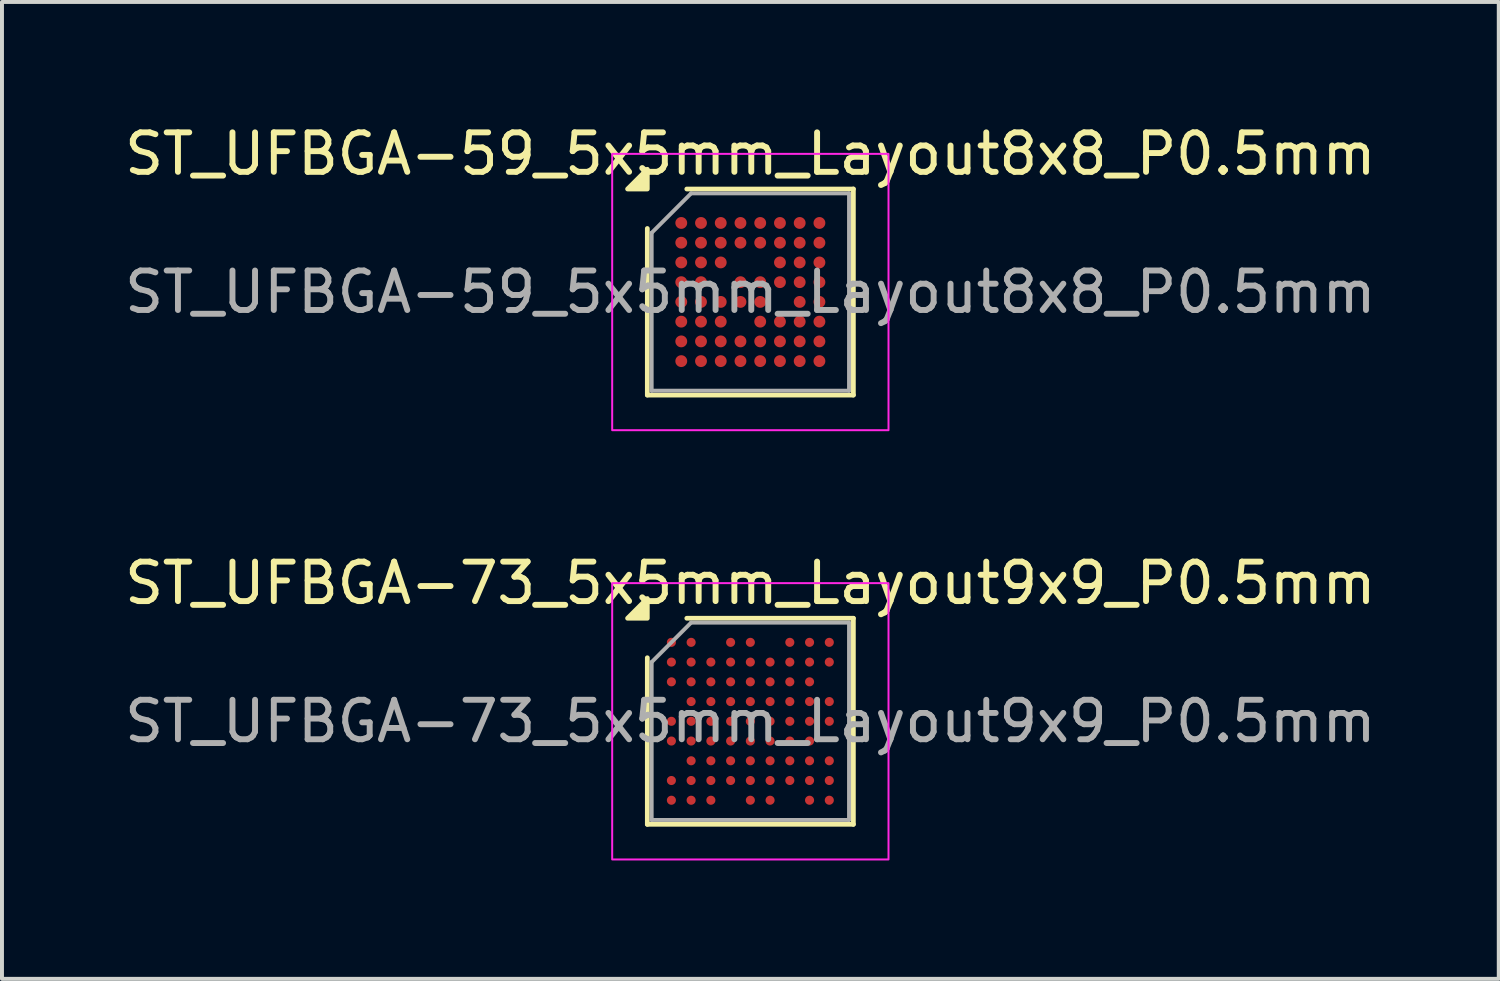
<source format=kicad_pcb>
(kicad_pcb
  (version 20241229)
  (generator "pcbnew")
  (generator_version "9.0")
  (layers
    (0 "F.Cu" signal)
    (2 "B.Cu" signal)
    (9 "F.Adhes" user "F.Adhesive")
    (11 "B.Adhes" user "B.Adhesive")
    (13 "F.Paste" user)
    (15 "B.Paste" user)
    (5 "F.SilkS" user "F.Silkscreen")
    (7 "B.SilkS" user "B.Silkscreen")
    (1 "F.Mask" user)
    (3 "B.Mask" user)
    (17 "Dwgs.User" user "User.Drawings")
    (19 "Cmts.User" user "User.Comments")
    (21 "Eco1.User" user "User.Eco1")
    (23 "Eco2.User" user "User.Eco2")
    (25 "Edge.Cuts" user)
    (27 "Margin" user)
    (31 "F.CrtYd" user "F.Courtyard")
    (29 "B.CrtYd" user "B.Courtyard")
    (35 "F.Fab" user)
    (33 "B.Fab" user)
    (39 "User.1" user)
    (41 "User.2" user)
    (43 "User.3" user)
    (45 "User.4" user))
  (footprint "ST_UFBGA-73_5x5mm_Layout9x9_P0.5mm"
    (layer "F.Cu")
    (at 15.958 15.222)
    (property "Reference" "ST_UFBGA-73_5x5mm_Layout9x9_P0.5mm" (at 0 -3.5 0) (layer "F.SilkS") (effects (font (size 1 1) (thickness 0.15))))
    (attr smd)
    (fp_line (start -2.61 2.61) (end -2.61 -1.61) (stroke (width 0.12) (type solid)) (layer "F.SilkS"))
    (fp_line (start -1.61 -2.61) (end 2.61 -2.61) (stroke (width 0.12) (type solid)) (layer "F.SilkS"))
    (fp_line (start 2.61 -2.61) (end 2.61 2.61) (stroke (width 0.12) (type solid)) (layer "F.SilkS"))
    (fp_line (start 2.61 2.61) (end -2.61 2.61) (stroke (width 0.12) (type solid)) (layer "F.SilkS"))
    (fp_poly (pts (xy -2.61 -2.61) (xy -3.11 -2.61) (xy -2.61 -3.11)) (stroke (width 0.12) (type solid)) (fill yes) (layer "F.SilkS"))
    (fp_rect (start -3.5 -3.5) (end 3.5 3.5) (stroke (width 0.05) (type solid)) (fill no) (layer "F.CrtYd"))
    (fp_line (start -2.5 -1.5) (end -1.5 -2.5) (stroke (width 0.1) (type solid)) (layer "F.Fab"))
    (fp_line (start -2.5 2.5) (end -2.5 -1.5) (stroke (width 0.1) (type solid)) (layer "F.Fab"))
    (fp_line (start -1.5 -2.5) (end 2.5 -2.5) (stroke (width 0.1) (type solid)) (layer "F.Fab"))
    (fp_line (start 2.5 -2.5) (end 2.5 2.5) (stroke (width 0.1) (type solid)) (layer "F.Fab"))
    (fp_line (start 2.5 2.5) (end -2.5 2.5) (stroke (width 0.1) (type solid)) (layer "F.Fab"))
    (fp_text user "${REFERENCE}" (at 0 0 0) (layer "F.Fab") (effects (font (size 1 1) (thickness 0.15))))
    (pad "A1" smd circle (at -2 -2) (size 0.23 0.23) (property pad_prop_bga) (layers "F.Cu" "F.Mask" "F.Paste"))
    (pad "A2" smd circle (at -1.5 -2) (size 0.23 0.23) (property pad_prop_bga) (layers "F.Cu" "F.Mask" "F.Paste"))
    (pad "A4" smd circle (at -0.5 -2) (size 0.23 0.23) (property pad_prop_bga) (layers "F.Cu" "F.Mask" "F.Paste"))
    (pad "A5" smd circle (at 0 -2) (size 0.23 0.23) (property pad_prop_bga) (layers "F.Cu" "F.Mask" "F.Paste"))
    (pad "A7" smd circle (at 1 -2) (size 0.23 0.23) (property pad_prop_bga) (layers "F.Cu" "F.Mask" "F.Paste"))
    (pad "A8" smd circle (at 1.5 -2) (size 0.23 0.23) (property pad_prop_bga) (layers "F.Cu" "F.Mask" "F.Paste"))
    (pad "A9" smd circle (at 2 -2) (size 0.23 0.23) (property pad_prop_bga) (layers "F.Cu" "F.Mask" "F.Paste"))
    (pad "B1" smd circle (at -2 -1.5) (size 0.23 0.23) (property pad_prop_bga) (layers "F.Cu" "F.Mask" "F.Paste"))
    (pad "B2" smd circle (at -1.5 -1.5) (size 0.23 0.23) (property pad_prop_bga) (layers "F.Cu" "F.Mask" "F.Paste"))
    (pad "B3" smd circle (at -1 -1.5) (size 0.23 0.23) (property pad_prop_bga) (layers "F.Cu" "F.Mask" "F.Paste"))
    (pad "B4" smd circle (at -0.5 -1.5) (size 0.23 0.23) (property pad_prop_bga) (layers "F.Cu" "F.Mask" "F.Paste"))
    (pad "B5" smd circle (at 0 -1.5) (size 0.23 0.23) (property pad_prop_bga) (layers "F.Cu" "F.Mask" "F.Paste"))
    (pad "B6" smd circle (at 0.5 -1.5) (size 0.23 0.23) (property pad_prop_bga) (layers "F.Cu" "F.Mask" "F.Paste"))
    (pad "B7" smd circle (at 1 -1.5) (size 0.23 0.23) (property pad_prop_bga) (layers "F.Cu" "F.Mask" "F.Paste"))
    (pad "B8" smd circle (at 1.5 -1.5) (size 0.23 0.23) (property pad_prop_bga) (layers "F.Cu" "F.Mask" "F.Paste"))
    (pad "B9" smd circle (at 2 -1.5) (size 0.23 0.23) (property pad_prop_bga) (layers "F.Cu" "F.Mask" "F.Paste"))
    (pad "C1" smd circle (at -2 -1) (size 0.23 0.23) (property pad_prop_bga) (layers "F.Cu" "F.Mask" "F.Paste"))
    (pad "C2" smd circle (at -1.5 -1) (size 0.23 0.23) (property pad_prop_bga) (layers "F.Cu" "F.Mask" "F.Paste"))
    (pad "C3" smd circle (at -1 -1) (size 0.23 0.23) (property pad_prop_bga) (layers "F.Cu" "F.Mask" "F.Paste"))
    (pad "C4" smd circle (at -0.5 -1) (size 0.23 0.23) (property pad_prop_bga) (layers "F.Cu" "F.Mask" "F.Paste"))
    (pad "C5" smd circle (at 0 -1) (size 0.23 0.23) (property pad_prop_bga) (layers "F.Cu" "F.Mask" "F.Paste"))
    (pad "C6" smd circle (at 0.5 -1) (size 0.23 0.23) (property pad_prop_bga) (layers "F.Cu" "F.Mask" "F.Paste"))
    (pad "C7" smd circle (at 1 -1) (size 0.23 0.23) (property pad_prop_bga) (layers "F.Cu" "F.Mask" "F.Paste"))
    (pad "C8" smd circle (at 1.5 -1) (size 0.23 0.23) (property pad_prop_bga) (layers "F.Cu" "F.Mask" "F.Paste"))
    (pad "D2" smd circle (at -1.5 -0.5) (size 0.23 0.23) (property pad_prop_bga) (layers "F.Cu" "F.Mask" "F.Paste"))
    (pad "D3" smd circle (at -1 -0.5) (size 0.23 0.23) (property pad_prop_bga) (layers "F.Cu" "F.Mask" "F.Paste"))
    (pad "D4" smd circle (at -0.5 -0.5) (size 0.23 0.23) (property pad_prop_bga) (layers "F.Cu" "F.Mask" "F.Paste"))
    (pad "D5" smd circle (at 0 -0.5) (size 0.23 0.23) (property pad_prop_bga) (layers "F.Cu" "F.Mask" "F.Paste"))
    (pad "D6" smd circle (at 0.5 -0.5) (size 0.23 0.23) (property pad_prop_bga) (layers "F.Cu" "F.Mask" "F.Paste"))
    (pad "D7" smd circle (at 1 -0.5) (size 0.23 0.23) (property pad_prop_bga) (layers "F.Cu" "F.Mask" "F.Paste"))
    (pad "D8" smd circle (at 1.5 -0.5) (size 0.23 0.23) (property pad_prop_bga) (layers "F.Cu" "F.Mask" "F.Paste"))
    (pad "D9" smd circle (at 2 -0.5) (size 0.23 0.23) (property pad_prop_bga) (layers "F.Cu" "F.Mask" "F.Paste"))
    (pad "E1" smd circle (at -2 0) (size 0.23 0.23) (property pad_prop_bga) (layers "F.Cu" "F.Mask" "F.Paste"))
    (pad "E2" smd circle (at -1.5 0) (size 0.23 0.23) (property pad_prop_bga) (layers "F.Cu" "F.Mask" "F.Paste"))
    (pad "E3" smd circle (at -1 0) (size 0.23 0.23) (property pad_prop_bga) (layers "F.Cu" "F.Mask" "F.Paste"))
    (pad "E4" smd circle (at -0.5 0) (size 0.23 0.23) (property pad_prop_bga) (layers "F.Cu" "F.Mask" "F.Paste"))
    (pad "E5" smd circle (at 0 0) (size 0.23 0.23) (property pad_prop_bga) (layers "F.Cu" "F.Mask" "F.Paste"))
    (pad "E6" smd circle (at 0.5 0) (size 0.23 0.23) (property pad_prop_bga) (layers "F.Cu" "F.Mask" "F.Paste"))
    (pad "E7" smd circle (at 1 0) (size 0.23 0.23) (property pad_prop_bga) (layers "F.Cu" "F.Mask" "F.Paste"))
    (pad "E8" smd circle (at 1.5 0) (size 0.23 0.23) (property pad_prop_bga) (layers "F.Cu" "F.Mask" "F.Paste"))
    (pad "E9" smd circle (at 2 0) (size 0.23 0.23) (property pad_prop_bga) (layers "F.Cu" "F.Mask" "F.Paste"))
    (pad "F1" smd circle (at -2 0.5) (size 0.23 0.23) (property pad_prop_bga) (layers "F.Cu" "F.Mask" "F.Paste"))
    (pad "F2" smd circle (at -1.5 0.5) (size 0.23 0.23) (property pad_prop_bga) (layers "F.Cu" "F.Mask" "F.Paste"))
    (pad "F3" smd circle (at -1 0.5) (size 0.23 0.23) (property pad_prop_bga) (layers "F.Cu" "F.Mask" "F.Paste"))
    (pad "F4" smd circle (at -0.5 0.5) (size 0.23 0.23) (property pad_prop_bga) (layers "F.Cu" "F.Mask" "F.Paste"))
    (pad "F5" smd circle (at 0 0.5) (size 0.23 0.23) (property pad_prop_bga) (layers "F.Cu" "F.Mask" "F.Paste"))
    (pad "F6" smd circle (at 0.5 0.5) (size 0.23 0.23) (property pad_prop_bga) (layers "F.Cu" "F.Mask" "F.Paste"))
    (pad "F7" smd circle (at 1 0.5) (size 0.23 0.23) (property pad_prop_bga) (layers "F.Cu" "F.Mask" "F.Paste"))
    (pad "F8" smd circle (at 1.5 0.5) (size 0.23 0.23) (property pad_prop_bga) (layers "F.Cu" "F.Mask" "F.Paste"))
    (pad "G2" smd circle (at -1.5 1) (size 0.23 0.23) (property pad_prop_bga) (layers "F.Cu" "F.Mask" "F.Paste"))
    (pad "G3" smd circle (at -1 1) (size 0.23 0.23) (property pad_prop_bga) (layers "F.Cu" "F.Mask" "F.Paste"))
    (pad "G4" smd circle (at -0.5 1) (size 0.23 0.23) (property pad_prop_bga) (layers "F.Cu" "F.Mask" "F.Paste"))
    (pad "G5" smd circle (at 0 1) (size 0.23 0.23) (property pad_prop_bga) (layers "F.Cu" "F.Mask" "F.Paste"))
    (pad "G6" smd circle (at 0.5 1) (size 0.23 0.23) (property pad_prop_bga) (layers "F.Cu" "F.Mask" "F.Paste"))
    (pad "G7" smd circle (at 1 1) (size 0.23 0.23) (property pad_prop_bga) (layers "F.Cu" "F.Mask" "F.Paste"))
    (pad "G8" smd circle (at 1.5 1) (size 0.23 0.23) (property pad_prop_bga) (layers "F.Cu" "F.Mask" "F.Paste"))
    (pad "G9" smd circle (at 2 1) (size 0.23 0.23) (property pad_prop_bga) (layers "F.Cu" "F.Mask" "F.Paste"))
    (pad "H1" smd circle (at -2 1.5) (size 0.23 0.23) (property pad_prop_bga) (layers "F.Cu" "F.Mask" "F.Paste"))
    (pad "H2" smd circle (at -1.5 1.5) (size 0.23 0.23) (property pad_prop_bga) (layers "F.Cu" "F.Mask" "F.Paste"))
    (pad "H3" smd circle (at -1 1.5) (size 0.23 0.23) (property pad_prop_bga) (layers "F.Cu" "F.Mask" "F.Paste"))
    (pad "H4" smd circle (at -0.5 1.5) (size 0.23 0.23) (property pad_prop_bga) (layers "F.Cu" "F.Mask" "F.Paste"))
    (pad "H5" smd circle (at 0 1.5) (size 0.23 0.23) (property pad_prop_bga) (layers "F.Cu" "F.Mask" "F.Paste"))
    (pad "H6" smd circle (at 0.5 1.5) (size 0.23 0.23) (property pad_prop_bga) (layers "F.Cu" "F.Mask" "F.Paste"))
    (pad "H7" smd circle (at 1 1.5) (size 0.23 0.23) (property pad_prop_bga) (layers "F.Cu" "F.Mask" "F.Paste"))
    (pad "H8" smd circle (at 1.5 1.5) (size 0.23 0.23) (property pad_prop_bga) (layers "F.Cu" "F.Mask" "F.Paste"))
    (pad "H9" smd circle (at 2 1.5) (size 0.23 0.23) (property pad_prop_bga) (layers "F.Cu" "F.Mask" "F.Paste"))
    (pad "J1" smd circle (at -2 2) (size 0.23 0.23) (property pad_prop_bga) (layers "F.Cu" "F.Mask" "F.Paste"))
    (pad "J2" smd circle (at -1.5 2) (size 0.23 0.23) (property pad_prop_bga) (layers "F.Cu" "F.Mask" "F.Paste"))
    (pad "J3" smd circle (at -1 2) (size 0.23 0.23) (property pad_prop_bga) (layers "F.Cu" "F.Mask" "F.Paste"))
    (pad "J5" smd circle (at 0 2) (size 0.23 0.23) (property pad_prop_bga) (layers "F.Cu" "F.Mask" "F.Paste"))
    (pad "J6" smd circle (at 0.5 2) (size 0.23 0.23) (property pad_prop_bga) (layers "F.Cu" "F.Mask" "F.Paste"))
    (pad "J8" smd circle (at 1.5 2) (size 0.23 0.23) (property pad_prop_bga) (layers "F.Cu" "F.Mask" "F.Paste"))
    (pad "J9" smd circle (at 2 2) (size 0.23 0.23) (property pad_prop_bga) (layers "F.Cu" "F.Mask" "F.Paste")))
  (footprint "ST_UFBGA-59_5x5mm_Layout8x8_P0.5mm"
    (layer "F.Cu")
    (at 15.958 4.348)
    (property "Reference" "ST_UFBGA-59_5x5mm_Layout8x8_P0.5mm" (at 0 -3.5 0) (layer "F.SilkS") (effects (font (size 1 1) (thickness 0.15))))
    (attr smd)
    (fp_line (start -2.61 2.61) (end -2.61 -1.61) (stroke (width 0.12) (type solid)) (layer "F.SilkS"))
    (fp_line (start -1.61 -2.61) (end 2.61 -2.61) (stroke (width 0.12) (type solid)) (layer "F.SilkS"))
    (fp_line (start 2.61 -2.61) (end 2.61 2.61) (stroke (width 0.12) (type solid)) (layer "F.SilkS"))
    (fp_line (start 2.61 2.61) (end -2.61 2.61) (stroke (width 0.12) (type solid)) (layer "F.SilkS"))
    (fp_poly (pts (xy -2.61 -2.61) (xy -3.11 -2.61) (xy -2.61 -3.11)) (stroke (width 0.12) (type solid)) (fill yes) (layer "F.SilkS"))
    (fp_rect (start -3.5 -3.5) (end 3.5 3.5) (stroke (width 0.05) (type solid)) (fill no) (layer "F.CrtYd"))
    (fp_line (start -2.5 -1.5) (end -1.5 -2.5) (stroke (width 0.1) (type solid)) (layer "F.Fab"))
    (fp_line (start -2.5 2.5) (end -2.5 -1.5) (stroke (width 0.1) (type solid)) (layer "F.Fab"))
    (fp_line (start -1.5 -2.5) (end 2.5 -2.5) (stroke (width 0.1) (type solid)) (layer "F.Fab"))
    (fp_line (start 2.5 -2.5) (end 2.5 2.5) (stroke (width 0.1) (type solid)) (layer "F.Fab"))
    (fp_line (start 2.5 2.5) (end -2.5 2.5) (stroke (width 0.1) (type solid)) (layer "F.Fab"))
    (fp_text user "${REFERENCE}" (at 0 0 0) (layer "F.Fab") (effects (font (size 1 1) (thickness 0.15))))
    (pad "A1" smd circle (at -1.75 -1.75) (size 0.3 0.3) (property pad_prop_bga) (layers "F.Cu" "F.Mask" "F.Paste"))
    (pad "A2" smd circle (at -1.25 -1.75) (size 0.3 0.3) (property pad_prop_bga) (layers "F.Cu" "F.Mask" "F.Paste"))
    (pad "A3" smd circle (at -0.75 -1.75) (size 0.3 0.3) (property pad_prop_bga) (layers "F.Cu" "F.Mask" "F.Paste"))
    (pad "A4" smd circle (at -0.25 -1.75) (size 0.3 0.3) (property pad_prop_bga) (layers "F.Cu" "F.Mask" "F.Paste"))
    (pad "A5" smd circle (at 0.25 -1.75) (size 0.3 0.3) (property pad_prop_bga) (layers "F.Cu" "F.Mask" "F.Paste"))
    (pad "A6" smd circle (at 0.75 -1.75) (size 0.3 0.3) (property pad_prop_bga) (layers "F.Cu" "F.Mask" "F.Paste"))
    (pad "A7" smd circle (at 1.25 -1.75) (size 0.3 0.3) (property pad_prop_bga) (layers "F.Cu" "F.Mask" "F.Paste"))
    (pad "A8" smd circle (at 1.75 -1.75) (size 0.3 0.3) (property pad_prop_bga) (layers "F.Cu" "F.Mask" "F.Paste"))
    (pad "B1" smd circle (at -1.75 -1.25) (size 0.3 0.3) (property pad_prop_bga) (layers "F.Cu" "F.Mask" "F.Paste"))
    (pad "B2" smd circle (at -1.25 -1.25) (size 0.3 0.3) (property pad_prop_bga) (layers "F.Cu" "F.Mask" "F.Paste"))
    (pad "B3" smd circle (at -0.75 -1.25) (size 0.3 0.3) (property pad_prop_bga) (layers "F.Cu" "F.Mask" "F.Paste"))
    (pad "B4" smd circle (at -0.25 -1.25) (size 0.3 0.3) (property pad_prop_bga) (layers "F.Cu" "F.Mask" "F.Paste"))
    (pad "B5" smd circle (at 0.25 -1.25) (size 0.3 0.3) (property pad_prop_bga) (layers "F.Cu" "F.Mask" "F.Paste"))
    (pad "B6" smd circle (at 0.75 -1.25) (size 0.3 0.3) (property pad_prop_bga) (layers "F.Cu" "F.Mask" "F.Paste"))
    (pad "B7" smd circle (at 1.25 -1.25) (size 0.3 0.3) (property pad_prop_bga) (layers "F.Cu" "F.Mask" "F.Paste"))
    (pad "B8" smd circle (at 1.75 -1.25) (size 0.3 0.3) (property pad_prop_bga) (layers "F.Cu" "F.Mask" "F.Paste"))
    (pad "C1" smd circle (at -1.75 -0.75) (size 0.3 0.3) (property pad_prop_bga) (layers "F.Cu" "F.Mask" "F.Paste"))
    (pad "C2" smd circle (at -1.25 -0.75) (size 0.3 0.3) (property pad_prop_bga) (layers "F.Cu" "F.Mask" "F.Paste"))
    (pad "C3" smd circle (at -0.75 -0.75) (size 0.3 0.3) (property pad_prop_bga) (layers "F.Cu" "F.Mask" "F.Paste"))
    (pad "C6" smd circle (at 0.75 -0.75) (size 0.3 0.3) (property pad_prop_bga) (layers "F.Cu" "F.Mask" "F.Paste"))
    (pad "C7" smd circle (at 1.25 -0.75) (size 0.3 0.3) (property pad_prop_bga) (layers "F.Cu" "F.Mask" "F.Paste"))
    (pad "C8" smd circle (at 1.75 -0.75) (size 0.3 0.3) (property pad_prop_bga) (layers "F.Cu" "F.Mask" "F.Paste"))
    (pad "D1" smd circle (at -1.75 -0.25) (size 0.3 0.3) (property pad_prop_bga) (layers "F.Cu" "F.Mask" "F.Paste"))
    (pad "D2" smd circle (at -1.25 -0.25) (size 0.3 0.3) (property pad_prop_bga) (layers "F.Cu" "F.Mask" "F.Paste"))
    (pad "D4" smd circle (at -0.25 -0.25) (size 0.3 0.3) (property pad_prop_bga) (layers "F.Cu" "F.Mask" "F.Paste"))
    (pad "D5" smd circle (at 0.25 -0.25) (size 0.3 0.3) (property pad_prop_bga) (layers "F.Cu" "F.Mask" "F.Paste"))
    (pad "D6" smd circle (at 0.75 -0.25) (size 0.3 0.3) (property pad_prop_bga) (layers "F.Cu" "F.Mask" "F.Paste"))
    (pad "D7" smd circle (at 1.25 -0.25) (size 0.3 0.3) (property pad_prop_bga) (layers "F.Cu" "F.Mask" "F.Paste"))
    (pad "D8" smd circle (at 1.75 -0.25) (size 0.3 0.3) (property pad_prop_bga) (layers "F.Cu" "F.Mask" "F.Paste"))
    (pad "E1" smd circle (at -1.75 0.25) (size 0.3 0.3) (property pad_prop_bga) (layers "F.Cu" "F.Mask" "F.Paste"))
    (pad "E2" smd circle (at -1.25 0.25) (size 0.3 0.3) (property pad_prop_bga) (layers "F.Cu" "F.Mask" "F.Paste"))
    (pad "E3" smd circle (at -0.75 0.25) (size 0.3 0.3) (property pad_prop_bga) (layers "F.Cu" "F.Mask" "F.Paste"))
    (pad "E4" smd circle (at -0.25 0.25) (size 0.3 0.3) (property pad_prop_bga) (layers "F.Cu" "F.Mask" "F.Paste"))
    (pad "E5" smd circle (at 0.25 0.25) (size 0.3 0.3) (property pad_prop_bga) (layers "F.Cu" "F.Mask" "F.Paste"))
    (pad "E7" smd circle (at 1.25 0.25) (size 0.3 0.3) (property pad_prop_bga) (layers "F.Cu" "F.Mask" "F.Paste"))
    (pad "E8" smd circle (at 1.75 0.25) (size 0.3 0.3) (property pad_prop_bga) (layers "F.Cu" "F.Mask" "F.Paste"))
    (pad "F1" smd circle (at -1.75 0.75) (size 0.3 0.3) (property pad_prop_bga) (layers "F.Cu" "F.Mask" "F.Paste"))
    (pad "F2" smd circle (at -1.25 0.75) (size 0.3 0.3) (property pad_prop_bga) (layers "F.Cu" "F.Mask" "F.Paste"))
    (pad "F3" smd circle (at -0.75 0.75) (size 0.3 0.3) (property pad_prop_bga) (layers "F.Cu" "F.Mask" "F.Paste"))
    (pad "F5" smd circle (at 0.25 0.75) (size 0.3 0.3) (property pad_prop_bga) (layers "F.Cu" "F.Mask" "F.Paste"))
    (pad "F6" smd circle (at 0.75 0.75) (size 0.3 0.3) (property pad_prop_bga) (layers "F.Cu" "F.Mask" "F.Paste"))
    (pad "F7" smd circle (at 1.25 0.75) (size 0.3 0.3) (property pad_prop_bga) (layers "F.Cu" "F.Mask" "F.Paste"))
    (pad "F8" smd circle (at 1.75 0.75) (size 0.3 0.3) (property pad_prop_bga) (layers "F.Cu" "F.Mask" "F.Paste"))
    (pad "G1" smd circle (at -1.75 1.25) (size 0.3 0.3) (property pad_prop_bga) (layers "F.Cu" "F.Mask" "F.Paste"))
    (pad "G2" smd circle (at -1.25 1.25) (size 0.3 0.3) (property pad_prop_bga) (layers "F.Cu" "F.Mask" "F.Paste"))
    (pad "G3" smd circle (at -0.75 1.25) (size 0.3 0.3) (property pad_prop_bga) (layers "F.Cu" "F.Mask" "F.Paste"))
    (pad "G4" smd circle (at -0.25 1.25) (size 0.3 0.3) (property pad_prop_bga) (layers "F.Cu" "F.Mask" "F.Paste"))
    (pad "G5" smd circle (at 0.25 1.25) (size 0.3 0.3) (property pad_prop_bga) (layers "F.Cu" "F.Mask" "F.Paste"))
    (pad "G6" smd circle (at 0.75 1.25) (size 0.3 0.3) (property pad_prop_bga) (layers "F.Cu" "F.Mask" "F.Paste"))
    (pad "G7" smd circle (at 1.25 1.25) (size 0.3 0.3) (property pad_prop_bga) (layers "F.Cu" "F.Mask" "F.Paste"))
    (pad "G8" smd circle (at 1.75 1.25) (size 0.3 0.3) (property pad_prop_bga) (layers "F.Cu" "F.Mask" "F.Paste"))
    (pad "H1" smd circle (at -1.75 1.75) (size 0.3 0.3) (property pad_prop_bga) (layers "F.Cu" "F.Mask" "F.Paste"))
    (pad "H2" smd circle (at -1.25 1.75) (size 0.3 0.3) (property pad_prop_bga) (layers "F.Cu" "F.Mask" "F.Paste"))
    (pad "H3" smd circle (at -0.75 1.75) (size 0.3 0.3) (property pad_prop_bga) (layers "F.Cu" "F.Mask" "F.Paste"))
    (pad "H4" smd circle (at -0.25 1.75) (size 0.3 0.3) (property pad_prop_bga) (layers "F.Cu" "F.Mask" "F.Paste"))
    (pad "H5" smd circle (at 0.25 1.75) (size 0.3 0.3) (property pad_prop_bga) (layers "F.Cu" "F.Mask" "F.Paste"))
    (pad "H6" smd circle (at 0.75 1.75) (size 0.3 0.3) (property pad_prop_bga) (layers "F.Cu" "F.Mask" "F.Paste"))
    (pad "H7" smd circle (at 1.25 1.75) (size 0.3 0.3) (property pad_prop_bga) (layers "F.Cu" "F.Mask" "F.Paste"))
    (pad "H8" smd circle (at 1.75 1.75) (size 0.3 0.3) (property pad_prop_bga) (layers "F.Cu" "F.Mask" "F.Paste")))
  (gr_rect
    (start -3 -3)
    (end 34.917 21.747)
    (stroke (width 0.1) (type default))
    (fill no)
    (layer "Edge.Cuts")))
</source>
